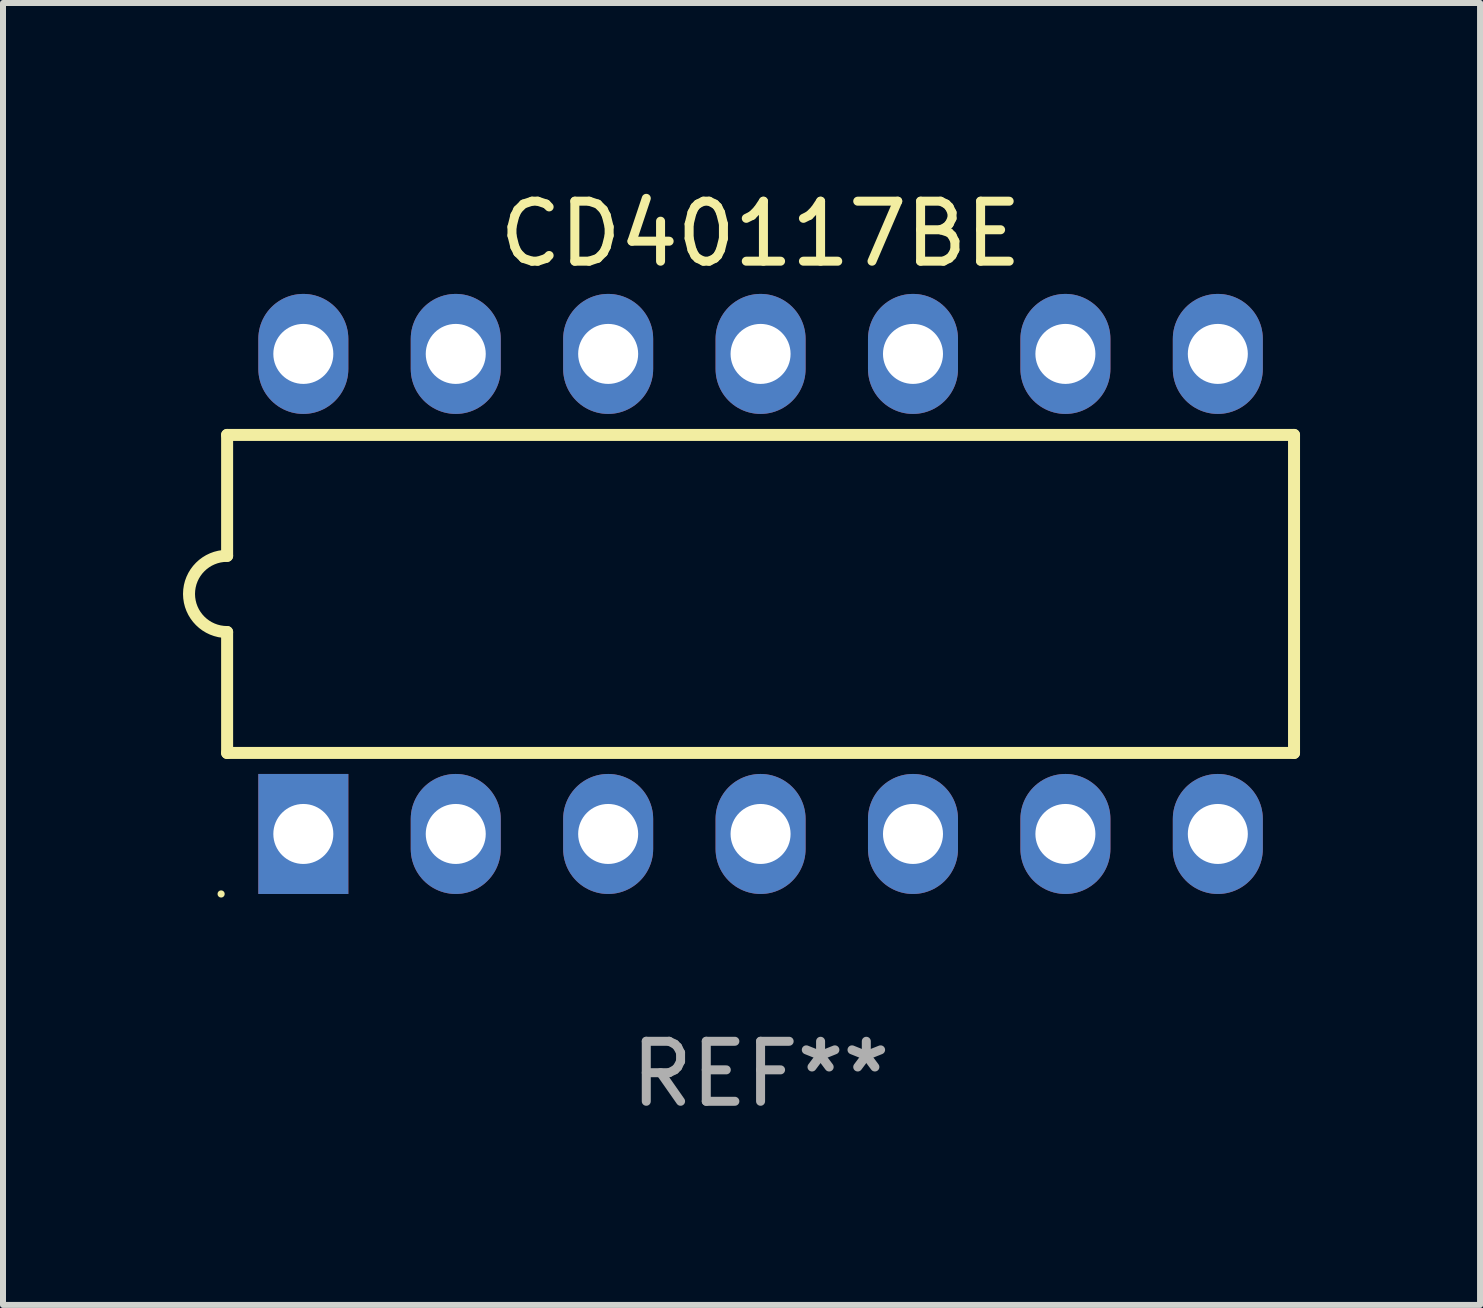
<source format=kicad_pcb>
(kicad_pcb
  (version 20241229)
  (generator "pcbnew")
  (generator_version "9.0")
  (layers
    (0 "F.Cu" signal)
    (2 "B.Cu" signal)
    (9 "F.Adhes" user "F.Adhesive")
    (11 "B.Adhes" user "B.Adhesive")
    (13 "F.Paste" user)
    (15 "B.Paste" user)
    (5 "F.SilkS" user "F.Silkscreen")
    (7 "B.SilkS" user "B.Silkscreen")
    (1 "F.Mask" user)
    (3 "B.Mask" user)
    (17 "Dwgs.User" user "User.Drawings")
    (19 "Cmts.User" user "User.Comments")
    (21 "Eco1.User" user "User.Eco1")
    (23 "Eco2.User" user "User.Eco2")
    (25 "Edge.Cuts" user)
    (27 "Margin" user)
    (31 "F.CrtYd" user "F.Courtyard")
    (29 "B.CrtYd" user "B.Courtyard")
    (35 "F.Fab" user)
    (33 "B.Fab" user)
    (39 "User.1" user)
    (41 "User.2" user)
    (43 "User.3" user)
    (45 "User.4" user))
  (footprint "CD40117BE"
    (layer "F.Cu")
    (at 9.625 6.848)
    (property "Reference" "CD40117BE" (at 0 -6 0) (layer "F.SilkS") (effects (font (size 1 1) (thickness 0.15))))
    (attr through_hole)
    (fp_line (start -8.89 -2.65) (end -8.89 -0.635) (stroke (width 0.2) (type solid)) (layer "F.SilkS"))
    (fp_line (start -8.89 0.635) (end -8.89 2.65) (stroke (width 0.2) (type solid)) (layer "F.SilkS"))
    (fp_line (start -8.89 2.65) (end 8.89 2.65) (stroke (width 0.2) (type solid)) (layer "F.SilkS"))
    (fp_line (start 8.89 -2.65) (end -8.89 -2.65) (stroke (width 0.2) (type solid)) (layer "F.SilkS"))
    (fp_line (start 8.89 2.65) (end 8.89 -2.65) (stroke (width 0.2) (type solid)) (layer "F.SilkS"))
    (fp_arc (start -8.890018 0.635001) (mid -9.525019 0) (end -8.890018 -0.635001) (stroke (width 0.2) (type solid)) (layer "F.SilkS"))
    (fp_circle (center -8.99 5) (end -8.96 5) (stroke (width 0.06) (type solid)) (fill no) (layer "F.SilkS"))
    (fp_text user "REF**" (at 0 8 0) (layer "F.Fab") (effects (font (size 1 1) (thickness 0.15))))
    (pad "1" thru_hole rect (at -7.62 4 90) (size 2 1.5) (drill 1) (layers "*.Cu" "*.Mask"))
    (pad "2" thru_hole oval (at -5.08 4 90) (size 2 1.5) (drill 1) (layers "*.Cu" "*.Mask"))
    (pad "3" thru_hole oval (at -2.54 4 90) (size 2 1.5) (drill 1) (layers "*.Cu" "*.Mask"))
    (pad "4" thru_hole oval (at 0 4 90) (size 2 1.5) (drill 1) (layers "*.Cu" "*.Mask"))
    (pad "5" thru_hole oval (at 2.54 4 90) (size 2 1.5) (drill 1) (layers "*.Cu" "*.Mask"))
    (pad "6" thru_hole oval (at 5.08 4 90) (size 2 1.5) (drill 1) (layers "*.Cu" "*.Mask"))
    (pad "7" thru_hole oval (at 7.62 4 90) (size 2 1.5) (drill 1) (layers "*.Cu" "*.Mask"))
    (pad "8" thru_hole oval (at 7.62 -4 90) (size 2 1.5) (drill 1) (layers "*.Cu" "*.Mask"))
    (pad "9" thru_hole oval (at 5.08 -4 90) (size 2 1.5) (drill 1) (layers "*.Cu" "*.Mask"))
    (pad "10" thru_hole oval (at 2.54 -4 90) (size 2 1.5) (drill 1) (layers "*.Cu" "*.Mask"))
    (pad "11" thru_hole oval (at 0 -4 90) (size 2 1.5) (drill 1) (layers "*.Cu" "*.Mask"))
    (pad "12" thru_hole oval (at -2.54 -4 90) (size 2 1.5) (drill 1) (layers "*.Cu" "*.Mask"))
    (pad "13" thru_hole oval (at -5.08 -4 90) (size 2 1.5) (drill 1) (layers "*.Cu" "*.Mask"))
    (pad "14" thru_hole oval (at -7.62 -4 90) (size 2 1.5) (drill 1) (layers "*.Cu" "*.Mask")))
  (gr_rect
    (start -3 -3)
    (end 21.615 18.697)
    (stroke (width 0.1) (type default))
    (fill no)
    (layer "Edge.Cuts")))
</source>
